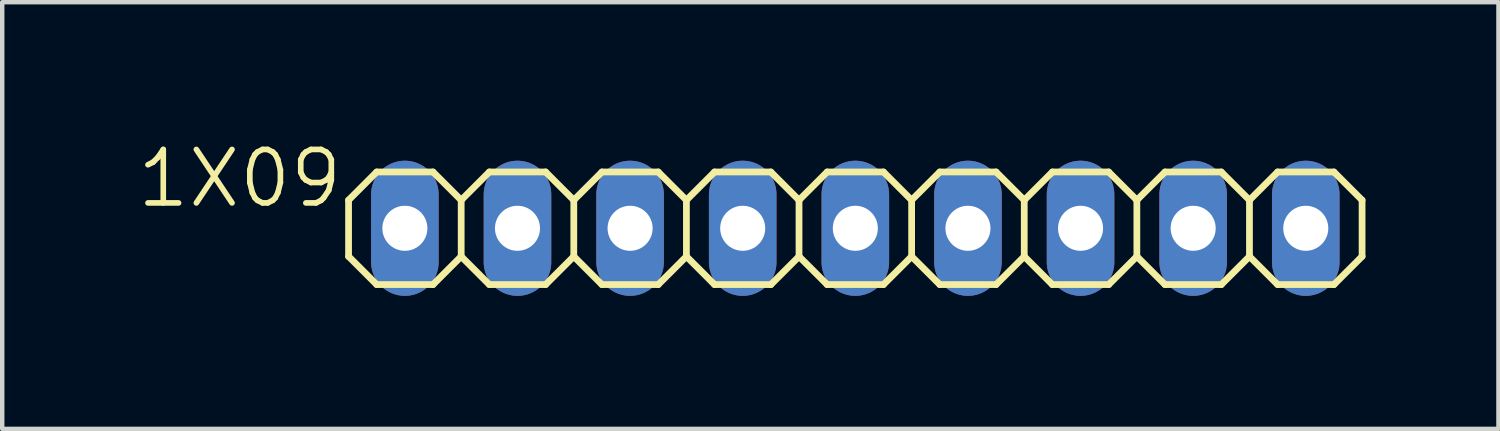
<source format=kicad_pcb>
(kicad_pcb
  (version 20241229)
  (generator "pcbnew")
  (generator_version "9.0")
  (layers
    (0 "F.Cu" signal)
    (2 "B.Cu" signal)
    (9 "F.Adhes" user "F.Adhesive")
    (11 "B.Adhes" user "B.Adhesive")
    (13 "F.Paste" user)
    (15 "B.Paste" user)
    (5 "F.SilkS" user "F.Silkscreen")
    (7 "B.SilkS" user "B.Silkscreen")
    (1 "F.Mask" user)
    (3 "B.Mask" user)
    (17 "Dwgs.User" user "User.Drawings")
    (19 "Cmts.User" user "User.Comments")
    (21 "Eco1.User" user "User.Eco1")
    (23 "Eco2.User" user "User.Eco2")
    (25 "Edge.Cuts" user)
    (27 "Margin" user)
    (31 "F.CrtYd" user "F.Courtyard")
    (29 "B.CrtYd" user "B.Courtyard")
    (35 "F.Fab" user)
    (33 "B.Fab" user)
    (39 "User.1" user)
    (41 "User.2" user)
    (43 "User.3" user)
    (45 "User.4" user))
  (footprint "1X09"
    (layer "F.Cu")
    (at 16.242 2.099)
    (property "Reference" "1X09" (at -11.506 -1.829 0) (layer "F.SilkS") (effects (font (size 1.206 1.206) (thickness 0.127)) (justify right top)))
    (attr through_hole)
    (fp_line (start -11.43 -0.635) (end -11.43 0.635) (stroke (width 0.152) (type solid)) (layer "F.SilkS"))
    (fp_line (start -11.43 0.635) (end -10.795 1.27) (stroke (width 0.152) (type solid)) (layer "F.SilkS"))
    (fp_line (start -10.795 -1.27) (end -11.43 -0.635) (stroke (width 0.152) (type solid)) (layer "F.SilkS"))
    (fp_line (start -10.795 -1.27) (end -9.525 -1.27) (stroke (width 0.152) (type solid)) (layer "F.SilkS"))
    (fp_line (start -9.525 -1.27) (end -8.89 -0.635) (stroke (width 0.152) (type solid)) (layer "F.SilkS"))
    (fp_line (start -9.525 1.27) (end -10.795 1.27) (stroke (width 0.152) (type solid)) (layer "F.SilkS"))
    (fp_line (start -8.89 -0.635) (end -8.89 0.635) (stroke (width 0.152) (type solid)) (layer "F.SilkS"))
    (fp_line (start -8.89 -0.635) (end -8.255 -1.27) (stroke (width 0.152) (type solid)) (layer "F.SilkS"))
    (fp_line (start -8.89 0.635) (end -9.525 1.27) (stroke (width 0.152) (type solid)) (layer "F.SilkS"))
    (fp_line (start -8.255 -1.27) (end -6.985 -1.27) (stroke (width 0.152) (type solid)) (layer "F.SilkS"))
    (fp_line (start -8.255 1.27) (end -8.89 0.635) (stroke (width 0.152) (type solid)) (layer "F.SilkS"))
    (fp_line (start -6.985 -1.27) (end -6.35 -0.635) (stroke (width 0.152) (type solid)) (layer "F.SilkS"))
    (fp_line (start -6.985 1.27) (end -8.255 1.27) (stroke (width 0.152) (type solid)) (layer "F.SilkS"))
    (fp_line (start -6.35 -0.635) (end -6.35 0.635) (stroke (width 0.152) (type solid)) (layer "F.SilkS"))
    (fp_line (start -6.35 -0.635) (end -5.715 -1.27) (stroke (width 0.152) (type solid)) (layer "F.SilkS"))
    (fp_line (start -6.35 0.635) (end -6.985 1.27) (stroke (width 0.152) (type solid)) (layer "F.SilkS"))
    (fp_line (start -5.715 -1.27) (end -4.445 -1.27) (stroke (width 0.152) (type solid)) (layer "F.SilkS"))
    (fp_line (start -5.715 1.27) (end -6.35 0.635) (stroke (width 0.152) (type solid)) (layer "F.SilkS"))
    (fp_line (start -4.445 -1.27) (end -3.81 -0.635) (stroke (width 0.152) (type solid)) (layer "F.SilkS"))
    (fp_line (start -4.445 1.27) (end -5.715 1.27) (stroke (width 0.152) (type solid)) (layer "F.SilkS"))
    (fp_line (start -3.81 -0.635) (end -3.81 0.635) (stroke (width 0.152) (type solid)) (layer "F.SilkS"))
    (fp_line (start -3.81 0.635) (end -4.445 1.27) (stroke (width 0.152) (type solid)) (layer "F.SilkS"))
    (fp_line (start -3.81 0.635) (end -3.175 1.27) (stroke (width 0.152) (type solid)) (layer "F.SilkS"))
    (fp_line (start -3.175 -1.27) (end -3.81 -0.635) (stroke (width 0.152) (type solid)) (layer "F.SilkS"))
    (fp_line (start -3.175 -1.27) (end -1.905 -1.27) (stroke (width 0.152) (type solid)) (layer "F.SilkS"))
    (fp_line (start -1.905 -1.27) (end -1.27 -0.635) (stroke (width 0.152) (type solid)) (layer "F.SilkS"))
    (fp_line (start -1.905 1.27) (end -3.175 1.27) (stroke (width 0.152) (type solid)) (layer "F.SilkS"))
    (fp_line (start -1.27 -0.635) (end -1.27 0.635) (stroke (width 0.152) (type solid)) (layer "F.SilkS"))
    (fp_line (start -1.27 -0.635) (end -0.635 -1.27) (stroke (width 0.152) (type solid)) (layer "F.SilkS"))
    (fp_line (start -1.27 0.635) (end -1.905 1.27) (stroke (width 0.152) (type solid)) (layer "F.SilkS"))
    (fp_line (start -0.635 -1.27) (end 0.635 -1.27) (stroke (width 0.152) (type solid)) (layer "F.SilkS"))
    (fp_line (start -0.635 1.27) (end -1.27 0.635) (stroke (width 0.152) (type solid)) (layer "F.SilkS"))
    (fp_line (start 0.635 -1.27) (end 1.27 -0.635) (stroke (width 0.152) (type solid)) (layer "F.SilkS"))
    (fp_line (start 0.635 1.27) (end -0.635 1.27) (stroke (width 0.152) (type solid)) (layer "F.SilkS"))
    (fp_line (start 1.27 -0.635) (end 1.27 0.635) (stroke (width 0.152) (type solid)) (layer "F.SilkS"))
    (fp_line (start 1.27 -0.635) (end 1.905 -1.27) (stroke (width 0.152) (type solid)) (layer "F.SilkS"))
    (fp_line (start 1.27 0.635) (end 0.635 1.27) (stroke (width 0.152) (type solid)) (layer "F.SilkS"))
    (fp_line (start 1.905 -1.27) (end 3.175 -1.27) (stroke (width 0.152) (type solid)) (layer "F.SilkS"))
    (fp_line (start 1.905 1.27) (end 1.27 0.635) (stroke (width 0.152) (type solid)) (layer "F.SilkS"))
    (fp_line (start 3.175 -1.27) (end 3.81 -0.635) (stroke (width 0.152) (type solid)) (layer "F.SilkS"))
    (fp_line (start 3.175 1.27) (end 1.905 1.27) (stroke (width 0.152) (type solid)) (layer "F.SilkS"))
    (fp_line (start 3.81 -0.635) (end 3.81 0.635) (stroke (width 0.152) (type solid)) (layer "F.SilkS"))
    (fp_line (start 3.81 0.635) (end 3.175 1.27) (stroke (width 0.152) (type solid)) (layer "F.SilkS"))
    (fp_line (start 3.81 0.635) (end 4.445 1.27) (stroke (width 0.152) (type solid)) (layer "F.SilkS"))
    (fp_line (start 4.445 -1.27) (end 3.81 -0.635) (stroke (width 0.152) (type solid)) (layer "F.SilkS"))
    (fp_line (start 4.445 -1.27) (end 5.715 -1.27) (stroke (width 0.152) (type solid)) (layer "F.SilkS"))
    (fp_line (start 5.715 -1.27) (end 6.35 -0.635) (stroke (width 0.152) (type solid)) (layer "F.SilkS"))
    (fp_line (start 5.715 1.27) (end 4.445 1.27) (stroke (width 0.152) (type solid)) (layer "F.SilkS"))
    (fp_line (start 6.35 -0.635) (end 6.35 0.635) (stroke (width 0.152) (type solid)) (layer "F.SilkS"))
    (fp_line (start 6.35 -0.635) (end 6.985 -1.27) (stroke (width 0.152) (type solid)) (layer "F.SilkS"))
    (fp_line (start 6.35 0.635) (end 5.715 1.27) (stroke (width 0.152) (type solid)) (layer "F.SilkS"))
    (fp_line (start 6.985 -1.27) (end 8.255 -1.27) (stroke (width 0.152) (type solid)) (layer "F.SilkS"))
    (fp_line (start 6.985 1.27) (end 6.35 0.635) (stroke (width 0.152) (type solid)) (layer "F.SilkS"))
    (fp_line (start 8.255 -1.27) (end 8.89 -0.635) (stroke (width 0.152) (type solid)) (layer "F.SilkS"))
    (fp_line (start 8.255 1.27) (end 6.985 1.27) (stroke (width 0.152) (type solid)) (layer "F.SilkS"))
    (fp_line (start 8.89 -0.635) (end 8.89 0.635) (stroke (width 0.152) (type solid)) (layer "F.SilkS"))
    (fp_line (start 8.89 0.635) (end 8.255 1.27) (stroke (width 0.152) (type solid)) (layer "F.SilkS"))
    (fp_line (start 8.89 0.635) (end 9.525 1.27) (stroke (width 0.152) (type solid)) (layer "F.SilkS"))
    (fp_line (start 9.525 -1.27) (end 8.89 -0.635) (stroke (width 0.152) (type solid)) (layer "F.SilkS"))
    (fp_line (start 9.525 -1.27) (end 10.795 -1.27) (stroke (width 0.152) (type solid)) (layer "F.SilkS"))
    (fp_line (start 10.795 -1.27) (end 11.43 -0.635) (stroke (width 0.152) (type solid)) (layer "F.SilkS"))
    (fp_line (start 10.795 1.27) (end 9.525 1.27) (stroke (width 0.152) (type solid)) (layer "F.SilkS"))
    (fp_line (start 11.43 -0.635) (end 11.43 0.635) (stroke (width 0.152) (type solid)) (layer "F.SilkS"))
    (fp_line (start 11.43 0.635) (end 10.795 1.27) (stroke (width 0.152) (type solid)) (layer "F.SilkS"))
    (fp_poly (pts (xy -10.414 0.254) (xy -9.906 0.254) (xy -9.906 -0.254) (xy -10.414 -0.254)) (stroke (width 0.1) (type solid)) (fill no) (layer "F.Fab"))
    (fp_poly (pts (xy -7.874 0.254) (xy -7.366 0.254) (xy -7.366 -0.254) (xy -7.874 -0.254)) (stroke (width 0.1) (type solid)) (fill no) (layer "F.Fab"))
    (fp_poly (pts (xy -5.334 0.254) (xy -4.826 0.254) (xy -4.826 -0.254) (xy -5.334 -0.254)) (stroke (width 0.1) (type solid)) (fill no) (layer "F.Fab"))
    (fp_poly (pts (xy -2.794 0.254) (xy -2.286 0.254) (xy -2.286 -0.254) (xy -2.794 -0.254)) (stroke (width 0.1) (type solid)) (fill no) (layer "F.Fab"))
    (fp_poly (pts (xy -0.254 0.254) (xy 0.254 0.254) (xy 0.254 -0.254) (xy -0.254 -0.254)) (stroke (width 0.1) (type solid)) (fill no) (layer "F.Fab"))
    (fp_poly (pts (xy 2.286 0.254) (xy 2.794 0.254) (xy 2.794 -0.254) (xy 2.286 -0.254)) (stroke (width 0.1) (type solid)) (fill no) (layer "F.Fab"))
    (fp_poly (pts (xy 4.826 0.254) (xy 5.334 0.254) (xy 5.334 -0.254) (xy 4.826 -0.254)) (stroke (width 0.1) (type solid)) (fill no) (layer "F.Fab"))
    (fp_poly (pts (xy 7.366 0.254) (xy 7.874 0.254) (xy 7.874 -0.254) (xy 7.366 -0.254)) (stroke (width 0.1) (type solid)) (fill no) (layer "F.Fab"))
    (fp_poly (pts (xy 9.906 0.254) (xy 10.414 0.254) (xy 10.414 -0.254) (xy 9.906 -0.254)) (stroke (width 0.1) (type solid)) (fill no) (layer "F.Fab"))
    (pad "1" thru_hole oval (at -10.16 0 90) (size 3.048 1.524) (drill 1.016) (layers "*.Cu" "*.Mask"))
    (pad "2" thru_hole oval (at -7.62 0 90) (size 3.048 1.524) (drill 1.016) (layers "*.Cu" "*.Mask"))
    (pad "3" thru_hole oval (at -5.08 0 90) (size 3.048 1.524) (drill 1.016) (layers "*.Cu" "*.Mask"))
    (pad "4" thru_hole oval (at -2.54 0 90) (size 3.048 1.524) (drill 1.016) (layers "*.Cu" "*.Mask"))
    (pad "5" thru_hole oval (at 0 0 90) (size 3.048 1.524) (drill 1.016) (layers "*.Cu" "*.Mask"))
    (pad "6" thru_hole oval (at 2.54 0 90) (size 3.048 1.524) (drill 1.016) (layers "*.Cu" "*.Mask"))
    (pad "7" thru_hole oval (at 5.08 0 90) (size 3.048 1.524) (drill 1.016) (layers "*.Cu" "*.Mask"))
    (pad "8" thru_hole oval (at 7.62 0 90) (size 3.048 1.524) (drill 1.016) (layers "*.Cu" "*.Mask"))
    (pad "9" thru_hole oval (at 10.16 0 90) (size 3.048 1.524) (drill 1.016) (layers "*.Cu" "*.Mask")))
  (gr_rect
    (start -3 -3)
    (end 30.748 6.623)
    (stroke (width 0.1) (type default))
    (fill no)
    (layer "Edge.Cuts")))
</source>
